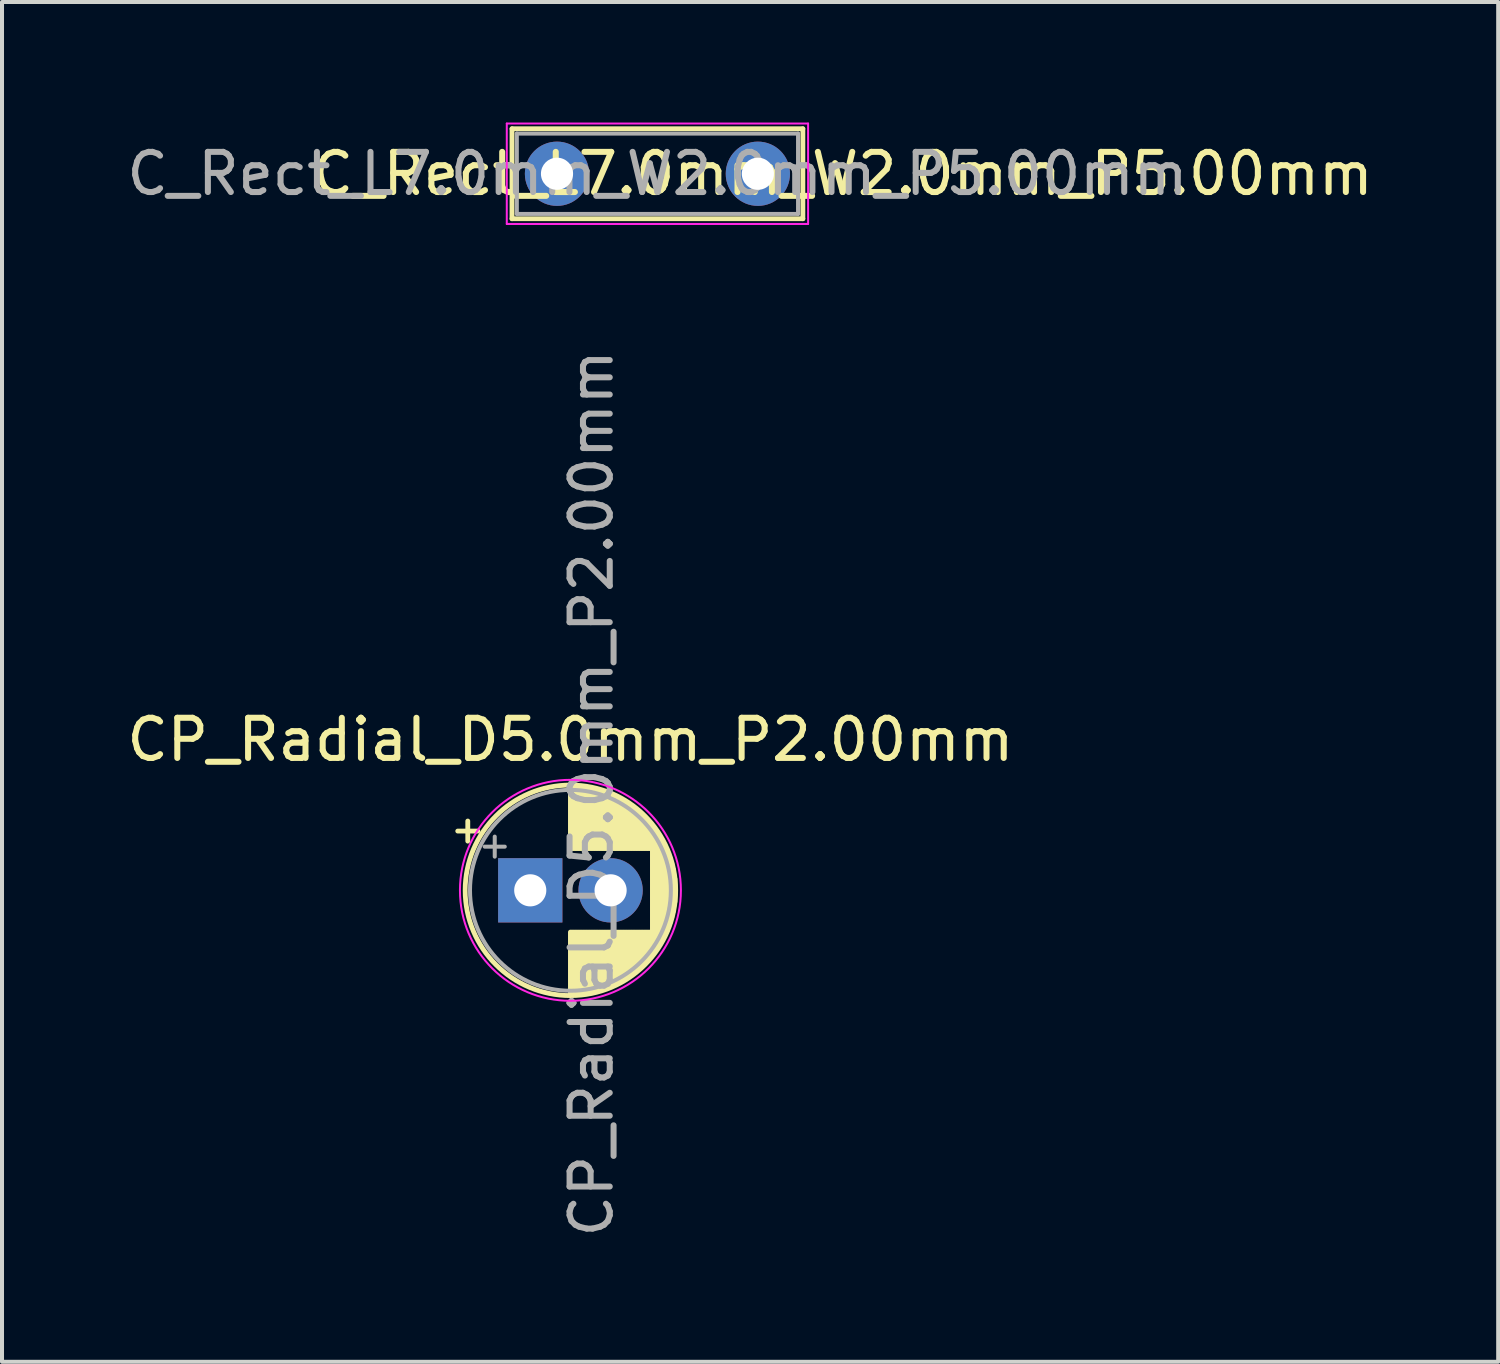
<source format=kicad_pcb>
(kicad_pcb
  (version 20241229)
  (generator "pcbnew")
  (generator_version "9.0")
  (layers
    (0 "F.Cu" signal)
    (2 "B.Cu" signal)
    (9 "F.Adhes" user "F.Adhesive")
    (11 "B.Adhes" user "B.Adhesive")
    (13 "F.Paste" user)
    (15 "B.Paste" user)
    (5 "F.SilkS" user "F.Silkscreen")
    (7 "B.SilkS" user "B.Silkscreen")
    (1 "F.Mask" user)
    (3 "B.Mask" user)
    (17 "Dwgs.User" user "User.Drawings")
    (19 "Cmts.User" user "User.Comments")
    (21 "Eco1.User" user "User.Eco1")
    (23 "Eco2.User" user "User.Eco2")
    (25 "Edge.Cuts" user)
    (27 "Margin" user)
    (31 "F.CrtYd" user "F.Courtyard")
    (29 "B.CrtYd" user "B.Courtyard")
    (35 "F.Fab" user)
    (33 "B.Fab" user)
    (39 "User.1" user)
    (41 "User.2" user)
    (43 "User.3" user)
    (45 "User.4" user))
  (footprint "CP_Radial_D5.0mm_P2.00mm"
    (layer "F.Cu")
    (at 10.149 19.112)
    (property "Reference" "CP_Radial_D5.0mm_P2.00mm" (at 1 -3.75 180) (layer "F.SilkS") (effects (font (size 1 1) (thickness 0.15))))
    (attr through_hole)
    (fp_line (start -1.805 -1.475) (end -1.305 -1.475) (stroke (width 0.12) (type solid)) (layer "F.SilkS"))
    (fp_line (start -1.555 -1.725) (end -1.555 -1.225) (stroke (width 0.12) (type solid)) (layer "F.SilkS"))
    (fp_line (start 1 -2.58) (end 1 -1.04) (stroke (width 0.12) (type solid)) (layer "F.SilkS"))
    (fp_line (start 1 1.04) (end 1 2.58) (stroke (width 0.12) (type solid)) (layer "F.SilkS"))
    (fp_line (start 1.04 -2.58) (end 1.04 -1.04) (stroke (width 0.12) (type solid)) (layer "F.SilkS"))
    (fp_line (start 1.04 1.04) (end 1.04 2.58) (stroke (width 0.12) (type solid)) (layer "F.SilkS"))
    (fp_line (start 1.08 -2.579) (end 1.08 -1.04) (stroke (width 0.12) (type solid)) (layer "F.SilkS"))
    (fp_line (start 1.08 1.04) (end 1.08 2.579) (stroke (width 0.12) (type solid)) (layer "F.SilkS"))
    (fp_line (start 1.12 -2.578) (end 1.12 -1.04) (stroke (width 0.12) (type solid)) (layer "F.SilkS"))
    (fp_line (start 1.12 1.04) (end 1.12 2.578) (stroke (width 0.12) (type solid)) (layer "F.SilkS"))
    (fp_line (start 1.16 -2.576) (end 1.16 -1.04) (stroke (width 0.12) (type solid)) (layer "F.SilkS"))
    (fp_line (start 1.16 1.04) (end 1.16 2.576) (stroke (width 0.12) (type solid)) (layer "F.SilkS"))
    (fp_line (start 1.2 -2.573) (end 1.2 -1.04) (stroke (width 0.12) (type solid)) (layer "F.SilkS"))
    (fp_line (start 1.2 1.04) (end 1.2 2.573) (stroke (width 0.12) (type solid)) (layer "F.SilkS"))
    (fp_line (start 1.24 -2.569) (end 1.24 -1.04) (stroke (width 0.12) (type solid)) (layer "F.SilkS"))
    (fp_line (start 1.24 1.04) (end 1.24 2.569) (stroke (width 0.12) (type solid)) (layer "F.SilkS"))
    (fp_line (start 1.28 -2.565) (end 1.28 -1.04) (stroke (width 0.12) (type solid)) (layer "F.SilkS"))
    (fp_line (start 1.28 1.04) (end 1.28 2.565) (stroke (width 0.12) (type solid)) (layer "F.SilkS"))
    (fp_line (start 1.32 -2.561) (end 1.32 -1.04) (stroke (width 0.12) (type solid)) (layer "F.SilkS"))
    (fp_line (start 1.32 1.04) (end 1.32 2.561) (stroke (width 0.12) (type solid)) (layer "F.SilkS"))
    (fp_line (start 1.36 -2.556) (end 1.36 -1.04) (stroke (width 0.12) (type solid)) (layer "F.SilkS"))
    (fp_line (start 1.36 1.04) (end 1.36 2.556) (stroke (width 0.12) (type solid)) (layer "F.SilkS"))
    (fp_line (start 1.4 -2.55) (end 1.4 -1.04) (stroke (width 0.12) (type solid)) (layer "F.SilkS"))
    (fp_line (start 1.4 1.04) (end 1.4 2.55) (stroke (width 0.12) (type solid)) (layer "F.SilkS"))
    (fp_line (start 1.44 -2.543) (end 1.44 -1.04) (stroke (width 0.12) (type solid)) (layer "F.SilkS"))
    (fp_line (start 1.44 1.04) (end 1.44 2.543) (stroke (width 0.12) (type solid)) (layer "F.SilkS"))
    (fp_line (start 1.48 -2.536) (end 1.48 -1.04) (stroke (width 0.12) (type solid)) (layer "F.SilkS"))
    (fp_line (start 1.48 1.04) (end 1.48 2.536) (stroke (width 0.12) (type solid)) (layer "F.SilkS"))
    (fp_line (start 1.52 -2.528) (end 1.52 -1.04) (stroke (width 0.12) (type solid)) (layer "F.SilkS"))
    (fp_line (start 1.52 1.04) (end 1.52 2.528) (stroke (width 0.12) (type solid)) (layer "F.SilkS"))
    (fp_line (start 1.56 -2.52) (end 1.56 -1.04) (stroke (width 0.12) (type solid)) (layer "F.SilkS"))
    (fp_line (start 1.56 1.04) (end 1.56 2.52) (stroke (width 0.12) (type solid)) (layer "F.SilkS"))
    (fp_line (start 1.6 -2.511) (end 1.6 -1.04) (stroke (width 0.12) (type solid)) (layer "F.SilkS"))
    (fp_line (start 1.6 1.04) (end 1.6 2.511) (stroke (width 0.12) (type solid)) (layer "F.SilkS"))
    (fp_line (start 1.64 -2.501) (end 1.64 -1.04) (stroke (width 0.12) (type solid)) (layer "F.SilkS"))
    (fp_line (start 1.64 1.04) (end 1.64 2.501) (stroke (width 0.12) (type solid)) (layer "F.SilkS"))
    (fp_line (start 1.68 -2.491) (end 1.68 -1.04) (stroke (width 0.12) (type solid)) (layer "F.SilkS"))
    (fp_line (start 1.68 1.04) (end 1.68 2.491) (stroke (width 0.12) (type solid)) (layer "F.SilkS"))
    (fp_line (start 1.721 -2.48) (end 1.721 -1.04) (stroke (width 0.12) (type solid)) (layer "F.SilkS"))
    (fp_line (start 1.721 1.04) (end 1.721 2.48) (stroke (width 0.12) (type solid)) (layer "F.SilkS"))
    (fp_line (start 1.761 -2.468) (end 1.761 -1.04) (stroke (width 0.12) (type solid)) (layer "F.SilkS"))
    (fp_line (start 1.761 1.04) (end 1.761 2.468) (stroke (width 0.12) (type solid)) (layer "F.SilkS"))
    (fp_line (start 1.801 -2.455) (end 1.801 -1.04) (stroke (width 0.12) (type solid)) (layer "F.SilkS"))
    (fp_line (start 1.801 1.04) (end 1.801 2.455) (stroke (width 0.12) (type solid)) (layer "F.SilkS"))
    (fp_line (start 1.841 -2.442) (end 1.841 -1.04) (stroke (width 0.12) (type solid)) (layer "F.SilkS"))
    (fp_line (start 1.841 1.04) (end 1.841 2.442) (stroke (width 0.12) (type solid)) (layer "F.SilkS"))
    (fp_line (start 1.881 -2.428) (end 1.881 -1.04) (stroke (width 0.12) (type solid)) (layer "F.SilkS"))
    (fp_line (start 1.881 1.04) (end 1.881 2.428) (stroke (width 0.12) (type solid)) (layer "F.SilkS"))
    (fp_line (start 1.921 -2.414) (end 1.921 -1.04) (stroke (width 0.12) (type solid)) (layer "F.SilkS"))
    (fp_line (start 1.921 1.04) (end 1.921 2.414) (stroke (width 0.12) (type solid)) (layer "F.SilkS"))
    (fp_line (start 1.961 -2.398) (end 1.961 -1.04) (stroke (width 0.12) (type solid)) (layer "F.SilkS"))
    (fp_line (start 1.961 1.04) (end 1.961 2.398) (stroke (width 0.12) (type solid)) (layer "F.SilkS"))
    (fp_line (start 2.001 -2.382) (end 2.001 -1.04) (stroke (width 0.12) (type solid)) (layer "F.SilkS"))
    (fp_line (start 2.001 1.04) (end 2.001 2.382) (stroke (width 0.12) (type solid)) (layer "F.SilkS"))
    (fp_line (start 2.041 -2.365) (end 2.041 -1.04) (stroke (width 0.12) (type solid)) (layer "F.SilkS"))
    (fp_line (start 2.041 1.04) (end 2.041 2.365) (stroke (width 0.12) (type solid)) (layer "F.SilkS"))
    (fp_line (start 2.081 -2.348) (end 2.081 -1.04) (stroke (width 0.12) (type solid)) (layer "F.SilkS"))
    (fp_line (start 2.081 1.04) (end 2.081 2.348) (stroke (width 0.12) (type solid)) (layer "F.SilkS"))
    (fp_line (start 2.121 -2.329) (end 2.121 -1.04) (stroke (width 0.12) (type solid)) (layer "F.SilkS"))
    (fp_line (start 2.121 1.04) (end 2.121 2.329) (stroke (width 0.12) (type solid)) (layer "F.SilkS"))
    (fp_line (start 2.161 -2.31) (end 2.161 -1.04) (stroke (width 0.12) (type solid)) (layer "F.SilkS"))
    (fp_line (start 2.161 1.04) (end 2.161 2.31) (stroke (width 0.12) (type solid)) (layer "F.SilkS"))
    (fp_line (start 2.201 -2.29) (end 2.201 -1.04) (stroke (width 0.12) (type solid)) (layer "F.SilkS"))
    (fp_line (start 2.201 1.04) (end 2.201 2.29) (stroke (width 0.12) (type solid)) (layer "F.SilkS"))
    (fp_line (start 2.241 -2.268) (end 2.241 -1.04) (stroke (width 0.12) (type solid)) (layer "F.SilkS"))
    (fp_line (start 2.241 1.04) (end 2.241 2.268) (stroke (width 0.12) (type solid)) (layer "F.SilkS"))
    (fp_line (start 2.281 -2.247) (end 2.281 -1.04) (stroke (width 0.12) (type solid)) (layer "F.SilkS"))
    (fp_line (start 2.281 1.04) (end 2.281 2.247) (stroke (width 0.12) (type solid)) (layer "F.SilkS"))
    (fp_line (start 2.321 -2.224) (end 2.321 -1.04) (stroke (width 0.12) (type solid)) (layer "F.SilkS"))
    (fp_line (start 2.321 1.04) (end 2.321 2.224) (stroke (width 0.12) (type solid)) (layer "F.SilkS"))
    (fp_line (start 2.361 -2.2) (end 2.361 -1.04) (stroke (width 0.12) (type solid)) (layer "F.SilkS"))
    (fp_line (start 2.361 1.04) (end 2.361 2.2) (stroke (width 0.12) (type solid)) (layer "F.SilkS"))
    (fp_line (start 2.401 -2.175) (end 2.401 -1.04) (stroke (width 0.12) (type solid)) (layer "F.SilkS"))
    (fp_line (start 2.401 1.04) (end 2.401 2.175) (stroke (width 0.12) (type solid)) (layer "F.SilkS"))
    (fp_line (start 2.441 -2.149) (end 2.441 -1.04) (stroke (width 0.12) (type solid)) (layer "F.SilkS"))
    (fp_line (start 2.441 1.04) (end 2.441 2.149) (stroke (width 0.12) (type solid)) (layer "F.SilkS"))
    (fp_line (start 2.481 -2.122) (end 2.481 -1.04) (stroke (width 0.12) (type solid)) (layer "F.SilkS"))
    (fp_line (start 2.481 1.04) (end 2.481 2.122) (stroke (width 0.12) (type solid)) (layer "F.SilkS"))
    (fp_line (start 2.521 -2.095) (end 2.521 -1.04) (stroke (width 0.12) (type solid)) (layer "F.SilkS"))
    (fp_line (start 2.521 1.04) (end 2.521 2.095) (stroke (width 0.12) (type solid)) (layer "F.SilkS"))
    (fp_line (start 2.561 -2.065) (end 2.561 -1.04) (stroke (width 0.12) (type solid)) (layer "F.SilkS"))
    (fp_line (start 2.561 1.04) (end 2.561 2.065) (stroke (width 0.12) (type solid)) (layer "F.SilkS"))
    (fp_line (start 2.601 -2.035) (end 2.601 -1.04) (stroke (width 0.12) (type solid)) (layer "F.SilkS"))
    (fp_line (start 2.601 1.04) (end 2.601 2.035) (stroke (width 0.12) (type solid)) (layer "F.SilkS"))
    (fp_line (start 2.641 -2.004) (end 2.641 -1.04) (stroke (width 0.12) (type solid)) (layer "F.SilkS"))
    (fp_line (start 2.641 1.04) (end 2.641 2.004) (stroke (width 0.12) (type solid)) (layer "F.SilkS"))
    (fp_line (start 2.681 -1.971) (end 2.681 -1.04) (stroke (width 0.12) (type solid)) (layer "F.SilkS"))
    (fp_line (start 2.681 1.04) (end 2.681 1.971) (stroke (width 0.12) (type solid)) (layer "F.SilkS"))
    (fp_line (start 2.721 -1.937) (end 2.721 -1.04) (stroke (width 0.12) (type solid)) (layer "F.SilkS"))
    (fp_line (start 2.721 1.04) (end 2.721 1.937) (stroke (width 0.12) (type solid)) (layer "F.SilkS"))
    (fp_line (start 2.761 -1.901) (end 2.761 -1.04) (stroke (width 0.12) (type solid)) (layer "F.SilkS"))
    (fp_line (start 2.761 1.04) (end 2.761 1.901) (stroke (width 0.12) (type solid)) (layer "F.SilkS"))
    (fp_line (start 2.801 -1.864) (end 2.801 -1.04) (stroke (width 0.12) (type solid)) (layer "F.SilkS"))
    (fp_line (start 2.801 1.04) (end 2.801 1.864) (stroke (width 0.12) (type solid)) (layer "F.SilkS"))
    (fp_line (start 2.841 -1.826) (end 2.841 -1.04) (stroke (width 0.12) (type solid)) (layer "F.SilkS"))
    (fp_line (start 2.841 1.04) (end 2.841 1.826) (stroke (width 0.12) (type solid)) (layer "F.SilkS"))
    (fp_line (start 2.881 -1.785) (end 2.881 -1.04) (stroke (width 0.12) (type solid)) (layer "F.SilkS"))
    (fp_line (start 2.881 1.04) (end 2.881 1.785) (stroke (width 0.12) (type solid)) (layer "F.SilkS"))
    (fp_line (start 2.921 -1.743) (end 2.921 -1.04) (stroke (width 0.12) (type solid)) (layer "F.SilkS"))
    (fp_line (start 2.921 1.04) (end 2.921 1.743) (stroke (width 0.12) (type solid)) (layer "F.SilkS"))
    (fp_line (start 2.961 -1.699) (end 2.961 -1.04) (stroke (width 0.12) (type solid)) (layer "F.SilkS"))
    (fp_line (start 2.961 1.04) (end 2.961 1.699) (stroke (width 0.12) (type solid)) (layer "F.SilkS"))
    (fp_line (start 3.001 -1.653) (end 3.001 -1.04) (stroke (width 0.12) (type solid)) (layer "F.SilkS"))
    (fp_line (start 3.001 1.04) (end 3.001 1.653) (stroke (width 0.12) (type solid)) (layer "F.SilkS"))
    (fp_line (start 3.041 -1.605) (end 3.041 1.605) (stroke (width 0.12) (type solid)) (layer "F.SilkS"))
    (fp_line (start 3.081 -1.554) (end 3.081 1.554) (stroke (width 0.12) (type solid)) (layer "F.SilkS"))
    (fp_line (start 3.121 -1.5) (end 3.121 1.5) (stroke (width 0.12) (type solid)) (layer "F.SilkS"))
    (fp_line (start 3.161 -1.443) (end 3.161 1.443) (stroke (width 0.12) (type solid)) (layer "F.SilkS"))
    (fp_line (start 3.201 -1.383) (end 3.201 1.383) (stroke (width 0.12) (type solid)) (layer "F.SilkS"))
    (fp_line (start 3.241 -1.319) (end 3.241 1.319) (stroke (width 0.12) (type solid)) (layer "F.SilkS"))
    (fp_line (start 3.281 -1.251) (end 3.281 1.251) (stroke (width 0.12) (type solid)) (layer "F.SilkS"))
    (fp_line (start 3.321 -1.178) (end 3.321 1.178) (stroke (width 0.12) (type solid)) (layer "F.SilkS"))
    (fp_line (start 3.361 -1.098) (end 3.361 1.098) (stroke (width 0.12) (type solid)) (layer "F.SilkS"))
    (fp_line (start 3.401 -1.011) (end 3.401 1.011) (stroke (width 0.12) (type solid)) (layer "F.SilkS"))
    (fp_line (start 3.441 -0.915) (end 3.441 0.915) (stroke (width 0.12) (type solid)) (layer "F.SilkS"))
    (fp_line (start 3.481 -0.805) (end 3.481 0.805) (stroke (width 0.12) (type solid)) (layer "F.SilkS"))
    (fp_line (start 3.521 -0.677) (end 3.521 0.677) (stroke (width 0.12) (type solid)) (layer "F.SilkS"))
    (fp_line (start 3.561 -0.518) (end 3.561 0.518) (stroke (width 0.12) (type solid)) (layer "F.SilkS"))
    (fp_line (start 3.601 -0.284) (end 3.601 0.284) (stroke (width 0.12) (type solid)) (layer "F.SilkS"))
    (fp_circle (center 1 0) (end 3.62 0) (stroke (width 0.12) (type solid)) (fill no) (layer "F.SilkS"))
    (fp_circle (center 1 0) (end 3.75 0) (stroke (width 0.05) (type solid)) (fill no) (layer "F.CrtYd"))
    (fp_line (start -1.134 -1.087) (end -0.634 -1.087) (stroke (width 0.1) (type solid)) (layer "F.Fab"))
    (fp_line (start -0.884 -1.337) (end -0.884 -0.838) (stroke (width 0.1) (type solid)) (layer "F.Fab"))
    (fp_circle (center 1 0) (end 3.5 0) (stroke (width 0.1) (type solid)) (fill no) (layer "F.Fab"))
    (fp_text user "${REFERENCE}" (at 1.524 -2.413 270) (layer "F.Fab") (effects (font (size 1 1) (thickness 0.15))))
    (pad "1" thru_hole rect (at 0 0) (size 1.6 1.6) (drill 0.8) (layers "*.Cu" "*.Mask"))
    (pad "2" thru_hole circle (at 2 0) (size 1.6 1.6) (drill 0.8) (layers "*.Cu" "*.Mask")))
  (footprint "C_Rect_L7.0mm_W2.0mm_P5.00mm"
    (placed yes)
    (layer "F.Cu")
    (at 10.815 1.275)
    (property "Reference" "C_Rect_L7.0mm_W2.0mm_P5.00mm" (at 7.112 0 180) (layer "F.SilkS") (effects (font (size 1 1) (thickness 0.15))))
    (attr through_hole)
    (fp_line (start -1.12 -1.12) (end -1.12 1.12) (stroke (width 0.12) (type solid)) (layer "F.SilkS"))
    (fp_line (start -1.12 -1.12) (end 6.12 -1.12) (stroke (width 0.12) (type solid)) (layer "F.SilkS"))
    (fp_line (start -1.12 1.12) (end 6.12 1.12) (stroke (width 0.12) (type solid)) (layer "F.SilkS"))
    (fp_line (start 6.12 -1.12) (end 6.12 1.12) (stroke (width 0.12) (type solid)) (layer "F.SilkS"))
    (fp_line (start -1.25 -1.25) (end -1.25 1.25) (stroke (width 0.05) (type solid)) (layer "F.CrtYd"))
    (fp_line (start -1.25 1.25) (end 6.25 1.25) (stroke (width 0.05) (type solid)) (layer "F.CrtYd"))
    (fp_line (start 6.25 -1.25) (end -1.25 -1.25) (stroke (width 0.05) (type solid)) (layer "F.CrtYd"))
    (fp_line (start 6.25 1.25) (end 6.25 -1.25) (stroke (width 0.05) (type solid)) (layer "F.CrtYd"))
    (fp_line (start -1 -1) (end -1 1) (stroke (width 0.1) (type solid)) (layer "F.Fab"))
    (fp_line (start -1 1) (end 6 1) (stroke (width 0.1) (type solid)) (layer "F.Fab"))
    (fp_line (start 6 -1) (end -1 -1) (stroke (width 0.1) (type solid)) (layer "F.Fab"))
    (fp_line (start 6 1) (end 6 -1) (stroke (width 0.1) (type solid)) (layer "F.Fab"))
    (fp_text user "${REFERENCE}" (at 2.5 0 180) (layer "F.Fab") (effects (font (size 1 1) (thickness 0.15))))
    (pad "1" thru_hole circle (at 0 0) (size 1.6 1.6) (drill 0.8) (layers "*.Cu" "*.Mask"))
    (pad "2" thru_hole circle (at 5 0) (size 1.6 1.6) (drill 0.8) (layers "*.Cu" "*.Mask")))
  (gr_rect
    (start -3 -3)
    (end 34.243 30.848)
    (stroke (width 0.1) (type default))
    (fill no)
    (layer "Edge.Cuts")))
</source>
